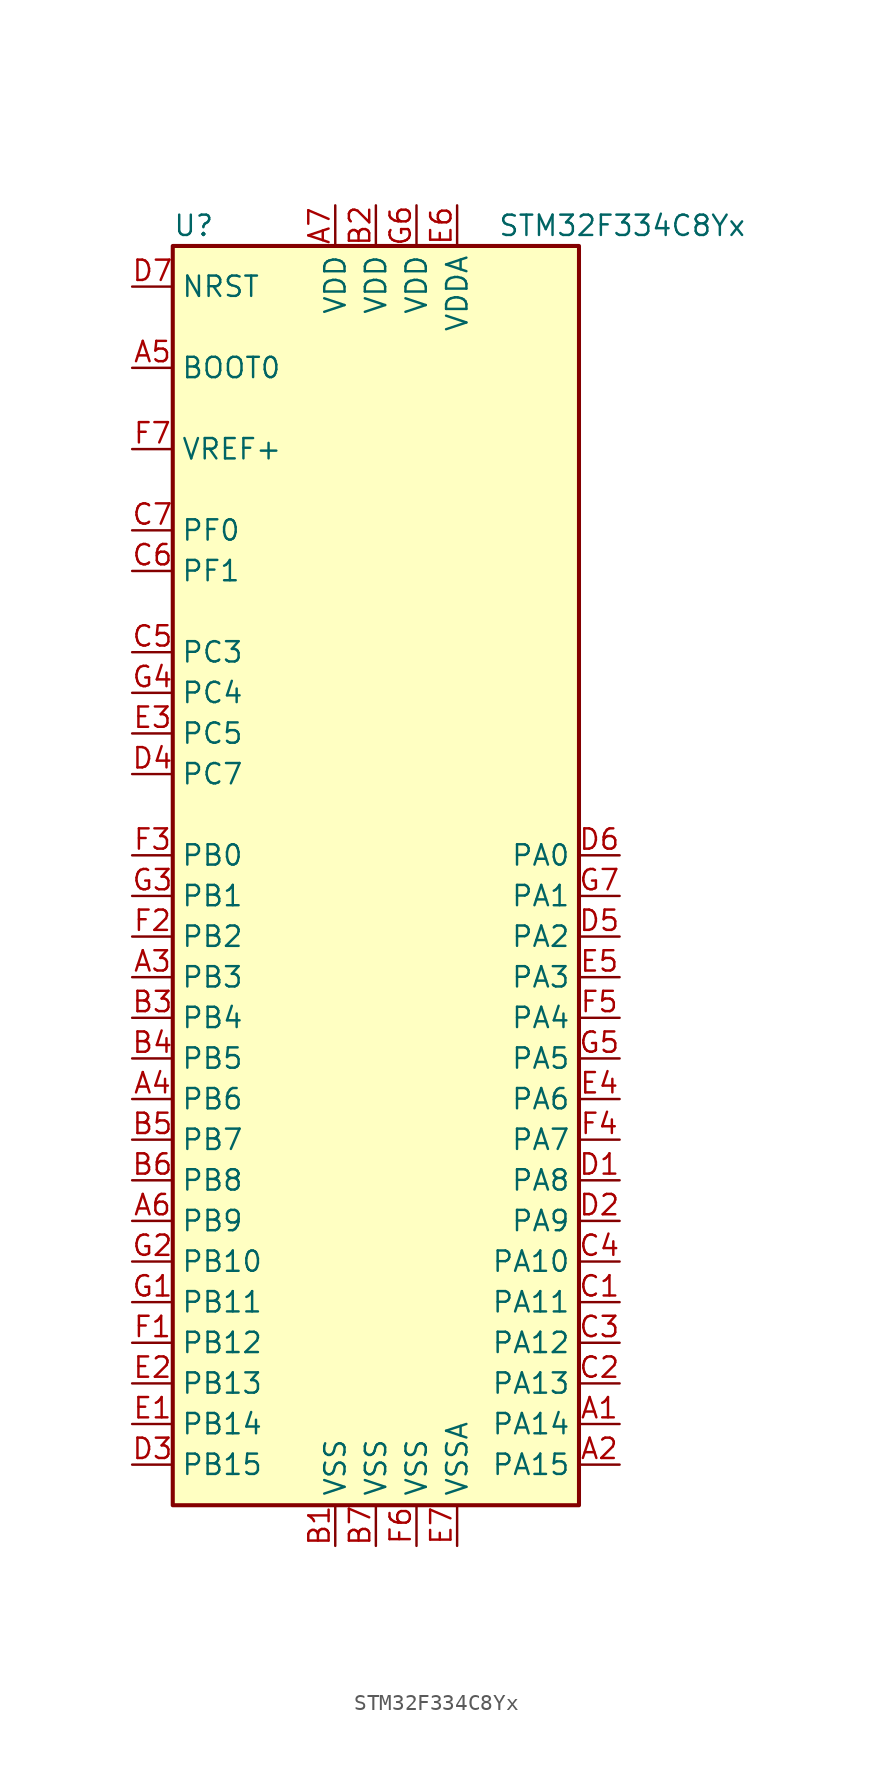
<source format=kicad_sym>
(kicad_symbol_lib
  (version 20201005)
  (generator kicad_symbol_editor)
  (symbol "MCU_ST_STM32F3:STM32F334C8Yx"
    (property "Reference" "U"
      (at -12.7 39.37 0)
      (effects (font (size 1.27 1.27)) (justify left)))
    (property "Value" "STM32F334C8Yx"
      (at 7.62 39.37 0)
      (effects (font (size 1.27 1.27)) (justify left)))
    (symbol "STM32F334C8Yx_0_1"
      (rectangle (start -12.7 -40.64) (end 12.7 38.1) (stroke (width 0.254)) (fill (type background))))
    (symbol "STM32F334C8Yx_1_1"
      (pin input line (at -15.24 30.48 0) (length 2.54) (name "BOOT0" (effects (font (size 1.27 1.27)))) (number "A5" (effects (font (size 1.27 1.27)))))
      (pin input line (at -15.24 35.56 0) (length 2.54) (name "NRST" (effects (font (size 1.27 1.27)))) (number "D7" (effects (font (size 1.27 1.27)))))
      (pin bidirectional line (at 15.24 0 180) (length 2.54) (name "PA0" (effects (font (size 1.27 1.27)))) (number "D6" (effects (font (size 1.27 1.27)))))
      (pin bidirectional line (at 15.24 -2.54 180) (length 2.54) (name "PA1" (effects (font (size 1.27 1.27)))) (number "G7" (effects (font (size 1.27 1.27)))))
      (pin bidirectional line (at 15.24 -25.4 180) (length 2.54) (name "PA10" (effects (font (size 1.27 1.27)))) (number "C4" (effects (font (size 1.27 1.27)))))
      (pin bidirectional line (at 15.24 -27.94 180) (length 2.54) (name "PA11" (effects (font (size 1.27 1.27)))) (number "C1" (effects (font (size 1.27 1.27)))))
      (pin bidirectional line (at 15.24 -30.48 180) (length 2.54) (name "PA12" (effects (font (size 1.27 1.27)))) (number "C3" (effects (font (size 1.27 1.27)))))
      (pin bidirectional line (at 15.24 -33.02 180) (length 2.54) (name "PA13" (effects (font (size 1.27 1.27)))) (number "C2" (effects (font (size 1.27 1.27)))))
      (pin bidirectional line (at 15.24 -35.56 180) (length 2.54) (name "PA14" (effects (font (size 1.27 1.27)))) (number "A1" (effects (font (size 1.27 1.27)))))
      (pin bidirectional line (at 15.24 -38.1 180) (length 2.54) (name "PA15" (effects (font (size 1.27 1.27)))) (number "A2" (effects (font (size 1.27 1.27)))))
      (pin bidirectional line (at 15.24 -5.08 180) (length 2.54) (name "PA2" (effects (font (size 1.27 1.27)))) (number "D5" (effects (font (size 1.27 1.27)))))
      (pin bidirectional line (at 15.24 -7.62 180) (length 2.54) (name "PA3" (effects (font (size 1.27 1.27)))) (number "E5" (effects (font (size 1.27 1.27)))))
      (pin bidirectional line (at 15.24 -10.16 180) (length 2.54) (name "PA4" (effects (font (size 1.27 1.27)))) (number "F5" (effects (font (size 1.27 1.27)))))
      (pin bidirectional line (at 15.24 -12.7 180) (length 2.54) (name "PA5" (effects (font (size 1.27 1.27)))) (number "G5" (effects (font (size 1.27 1.27)))))
      (pin bidirectional line (at 15.24 -15.24 180) (length 2.54) (name "PA6" (effects (font (size 1.27 1.27)))) (number "E4" (effects (font (size 1.27 1.27)))))
      (pin bidirectional line (at 15.24 -17.78 180) (length 2.54) (name "PA7" (effects (font (size 1.27 1.27)))) (number "F4" (effects (font (size 1.27 1.27)))))
      (pin bidirectional line (at 15.24 -20.32 180) (length 2.54) (name "PA8" (effects (font (size 1.27 1.27)))) (number "D1" (effects (font (size 1.27 1.27)))))
      (pin bidirectional line (at 15.24 -22.86 180) (length 2.54) (name "PA9" (effects (font (size 1.27 1.27)))) (number "D2" (effects (font (size 1.27 1.27)))))
      (pin bidirectional line (at -15.24 0 0) (length 2.54) (name "PB0" (effects (font (size 1.27 1.27)))) (number "F3" (effects (font (size 1.27 1.27)))))
      (pin bidirectional line (at -15.24 -2.54 0) (length 2.54) (name "PB1" (effects (font (size 1.27 1.27)))) (number "G3" (effects (font (size 1.27 1.27)))))
      (pin bidirectional line (at -15.24 -25.4 0) (length 2.54) (name "PB10" (effects (font (size 1.27 1.27)))) (number "G2" (effects (font (size 1.27 1.27)))))
      (pin bidirectional line (at -15.24 -27.94 0) (length 2.54) (name "PB11" (effects (font (size 1.27 1.27)))) (number "G1" (effects (font (size 1.27 1.27)))))
      (pin bidirectional line (at -15.24 -30.48 0) (length 2.54) (name "PB12" (effects (font (size 1.27 1.27)))) (number "F1" (effects (font (size 1.27 1.27)))))
      (pin bidirectional line (at -15.24 -33.02 0) (length 2.54) (name "PB13" (effects (font (size 1.27 1.27)))) (number "E2" (effects (font (size 1.27 1.27)))))
      (pin bidirectional line (at -15.24 -35.56 0) (length 2.54) (name "PB14" (effects (font (size 1.27 1.27)))) (number "E1" (effects (font (size 1.27 1.27)))))
      (pin bidirectional line (at -15.24 -38.1 0) (length 2.54) (name "PB15" (effects (font (size 1.27 1.27)))) (number "D3" (effects (font (size 1.27 1.27)))))
      (pin bidirectional line (at -15.24 -5.08 0) (length 2.54) (name "PB2" (effects (font (size 1.27 1.27)))) (number "F2" (effects (font (size 1.27 1.27)))))
      (pin bidirectional line (at -15.24 -7.62 0) (length 2.54) (name "PB3" (effects (font (size 1.27 1.27)))) (number "A3" (effects (font (size 1.27 1.27)))))
      (pin bidirectional line (at -15.24 -10.16 0) (length 2.54) (name "PB4" (effects (font (size 1.27 1.27)))) (number "B3" (effects (font (size 1.27 1.27)))))
      (pin bidirectional line (at -15.24 -12.7 0) (length 2.54) (name "PB5" (effects (font (size 1.27 1.27)))) (number "B4" (effects (font (size 1.27 1.27)))))
      (pin bidirectional line (at -15.24 -15.24 0) (length 2.54) (name "PB6" (effects (font (size 1.27 1.27)))) (number "A4" (effects (font (size 1.27 1.27)))))
      (pin bidirectional line (at -15.24 -17.78 0) (length 2.54) (name "PB7" (effects (font (size 1.27 1.27)))) (number "B5" (effects (font (size 1.27 1.27)))))
      (pin bidirectional line (at -15.24 -20.32 0) (length 2.54) (name "PB8" (effects (font (size 1.27 1.27)))) (number "B6" (effects (font (size 1.27 1.27)))))
      (pin bidirectional line (at -15.24 -22.86 0) (length 2.54) (name "PB9" (effects (font (size 1.27 1.27)))) (number "A6" (effects (font (size 1.27 1.27)))))
      (pin bidirectional line (at -15.24 12.7 0) (length 2.54) (name "PC3" (effects (font (size 1.27 1.27)))) (number "C5" (effects (font (size 1.27 1.27)))))
      (pin bidirectional line (at -15.24 10.16 0) (length 2.54) (name "PC4" (effects (font (size 1.27 1.27)))) (number "G4" (effects (font (size 1.27 1.27)))))
      (pin bidirectional line (at -15.24 7.62 0) (length 2.54) (name "PC5" (effects (font (size 1.27 1.27)))) (number "E3" (effects (font (size 1.27 1.27)))))
      (pin bidirectional line (at -15.24 5.08 0) (length 2.54) (name "PC7" (effects (font (size 1.27 1.27)))) (number "D4" (effects (font (size 1.27 1.27)))))
      (pin input line (at -15.24 20.32 0) (length 2.54) (name "PF0" (effects (font (size 1.27 1.27)))) (number "C7" (effects (font (size 1.27 1.27)))))
      (pin input line (at -15.24 17.78 0) (length 2.54) (name "PF1" (effects (font (size 1.27 1.27)))) (number "C6" (effects (font (size 1.27 1.27)))))
      (pin power_in line (at -2.54 40.64 270) (length 2.54) (name "VDD" (effects (font (size 1.27 1.27)))) (number "A7" (effects (font (size 1.27 1.27)))))
      (pin power_in line (at 0 40.64 270) (length 2.54) (name "VDD" (effects (font (size 1.27 1.27)))) (number "B2" (effects (font (size 1.27 1.27)))))
      (pin power_in line (at 2.54 40.64 270) (length 2.54) (name "VDD" (effects (font (size 1.27 1.27)))) (number "G6" (effects (font (size 1.27 1.27)))))
      (pin power_in line (at 5.08 40.64 270) (length 2.54) (name "VDDA" (effects (font (size 1.27 1.27)))) (number "E6" (effects (font (size 1.27 1.27)))))
      (pin power_in line (at -15.24 25.4 0) (length 2.54) (name "VREF+" (effects (font (size 1.27 1.27)))) (number "F7" (effects (font (size 1.27 1.27)))))
      (pin power_in line (at -2.54 -43.18 90) (length 2.54) (name "VSS" (effects (font (size 1.27 1.27)))) (number "B1" (effects (font (size 1.27 1.27)))))
      (pin power_in line (at 0 -43.18 90) (length 2.54) (name "VSS" (effects (font (size 1.27 1.27)))) (number "B7" (effects (font (size 1.27 1.27)))))
      (pin power_in line (at 2.54 -43.18 90) (length 2.54) (name "VSS" (effects (font (size 1.27 1.27)))) (number "F6" (effects (font (size 1.27 1.27)))))
      (pin power_in line (at 5.08 -43.18 90) (length 2.54) (name "VSSA" (effects (font (size 1.27 1.27)))) (number "E7" (effects (font (size 1.27 1.27))))))))
</source>
